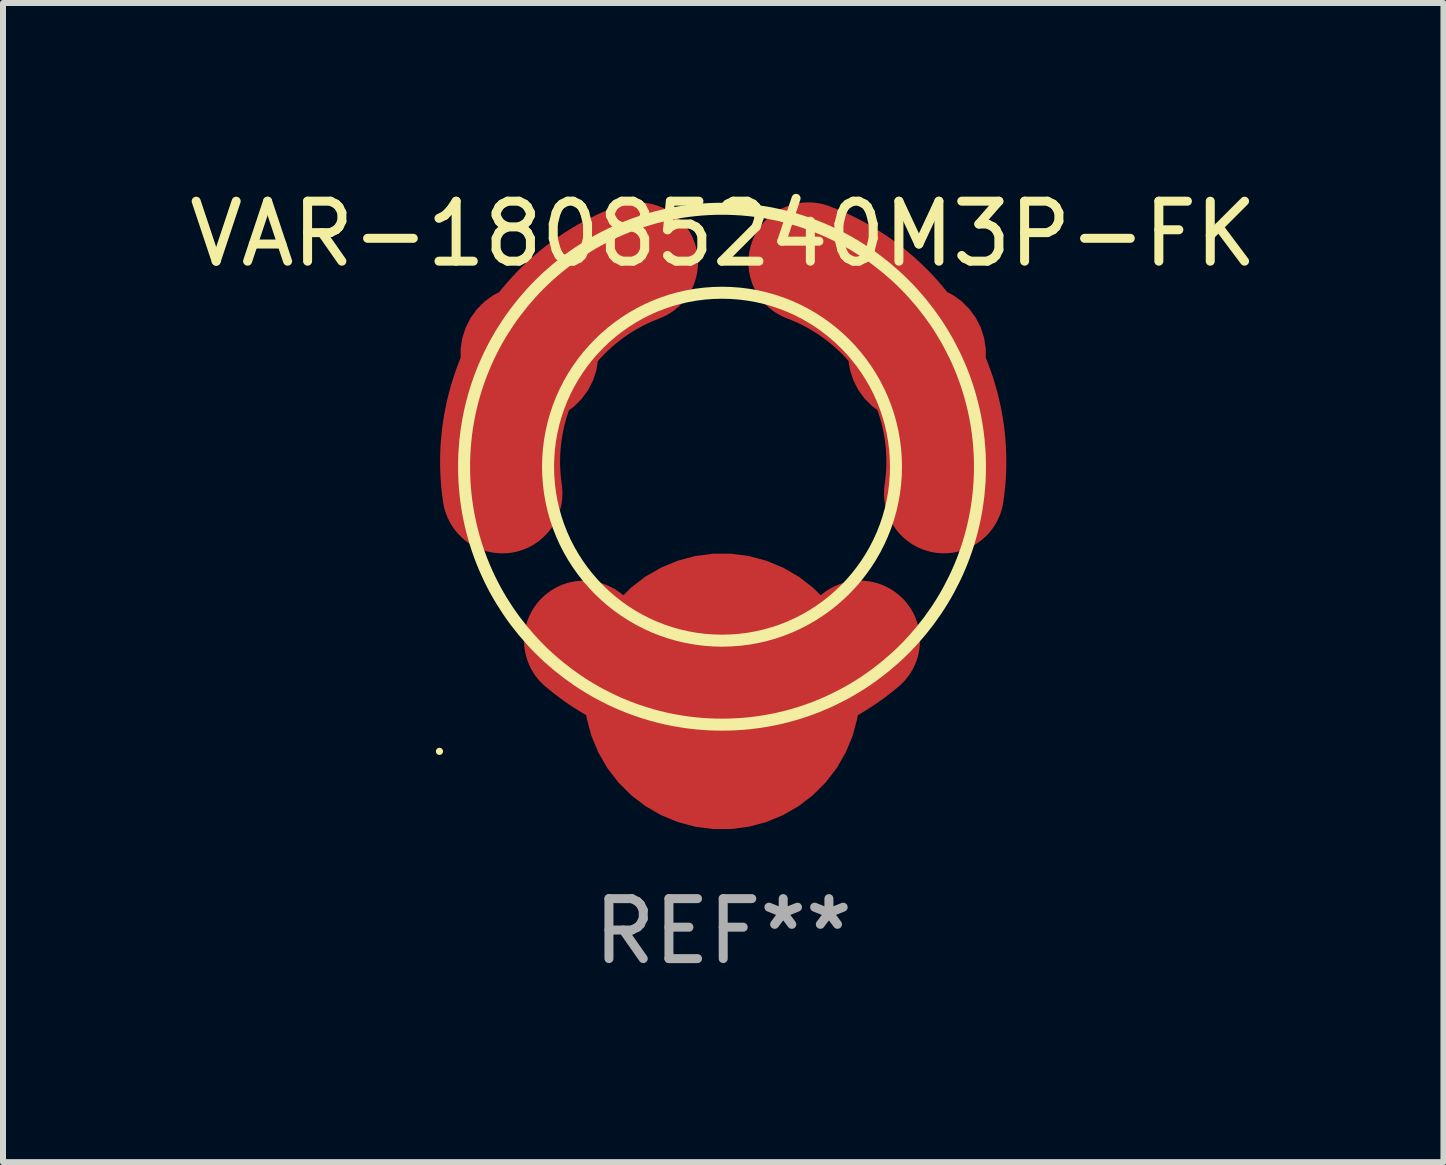
<source format=kicad_pcb>
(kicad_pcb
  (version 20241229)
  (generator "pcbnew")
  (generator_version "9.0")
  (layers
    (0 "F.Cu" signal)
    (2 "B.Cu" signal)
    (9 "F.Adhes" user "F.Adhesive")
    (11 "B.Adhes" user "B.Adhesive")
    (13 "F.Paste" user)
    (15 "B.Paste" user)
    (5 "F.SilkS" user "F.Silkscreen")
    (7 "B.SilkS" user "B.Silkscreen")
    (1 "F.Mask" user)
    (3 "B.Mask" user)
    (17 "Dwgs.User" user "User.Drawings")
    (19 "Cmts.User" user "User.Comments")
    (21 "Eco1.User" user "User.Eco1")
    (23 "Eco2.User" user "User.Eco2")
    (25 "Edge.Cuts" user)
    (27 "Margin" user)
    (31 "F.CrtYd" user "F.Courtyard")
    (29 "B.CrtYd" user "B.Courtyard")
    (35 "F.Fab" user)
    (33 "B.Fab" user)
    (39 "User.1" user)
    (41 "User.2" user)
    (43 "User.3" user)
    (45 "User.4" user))
  (footprint "VAR-18085240M3P-FK"
    (layer "F.Cu")
    (at 9.006 5.662)
    (property "Reference" "VAR-18085240M3P-FK" (at 0 -4.813 0) (layer "F.SilkS") (effects (font (size 1 1) (thickness 0.15))))
    (attr through_hole)
    (fp_arc (start -3.69045 -0.487376) (mid -3.169455 -2.769862) (end -1.430455 -4.337363) (stroke (width 2) (type solid)) (layer "F.Mask"))
    (fp_arc (start -2.330328 1.964719) (mid -0.030328 0.596998) (end 2.269672 1.964719) (stroke (width 2) (type solid)) (layer "F.Mask"))
    (fp_arc (start 3.680086 -0.477394) (mid 2.434656 -2.334627) (end 1.420091 -4.327381) (stroke (width 2) (type solid)) (layer "F.Mask"))
    (fp_circle (center -4.73 3.813) (end -4.7 3.813) (stroke (width 0.06) (type solid)) (fill no) (layer "F.SilkS"))
    (fp_circle (center -0.02 -0.932) (end 2.88 -0.932) (stroke (width 0.2) (type solid)) (fill no) (layer "F.SilkS"))
    (fp_circle (center -0.02 -0.932) (end 4.28 -0.932) (stroke (width 0.2) (type solid)) (fill no) (layer "F.SilkS"))
    (fp_arc (start -3.680418 -0.487452) (mid -3.159423 -2.769939) (end -1.420422 -4.33744) (stroke (width 1.8) (type solid)) (layer "F.Paste"))
    (fp_arc (start -2.320218 1.964516) (mid -0.020218 0.596795) (end 2.279782 1.964516) (stroke (width 1.8) (type solid)) (layer "F.Paste"))
    (fp_arc (start 3.680112 -0.487503) (mid 2.434682 -2.344736) (end 1.420117 -4.33749) (stroke (width 1.8) (type solid)) (layer "F.Paste"))
    (fp_text user "REF**" (at 0 6.813 0) (layer "F.Fab") (effects (font (size 1 1) (thickness 0.15))))
    (pad "1" smd custom (at -0.02 2.813) (size 4.6 0.846) (layers "F.Cu" "F.Mask" "F.Paste") (options (anchor circle)) (primitives (gr_poly (pts (xy 1.652 -1.608) (xy 1.596 -1.561) (xy 1.538 -1.516) (xy 1.479 -1.472) (xy 1.418 -1.431) (xy 1.357 -1.391) (xy 1.294 -1.353) (xy 1.23 -1.316) (xy 1.165 -1.282) (xy 1.1 -1.249) (xy 1.033 -1.219) (xy 0.966 -1.19) (xy 0.897 -1.163) (xy 0.828 -1.138) (xy 0.759 -1.115) (xy 0.688 -1.095) (xy 0.617 -1.076) (xy 0.546 -1.059) (xy 0.474 -1.045) (xy 0.402 -1.032) (xy 0.329 -1.021) (xy 0.256 -1.013) (xy 0.183 -1.007) (xy 0.11 -1.002) (xy 0.037 -1) (xy -0.037 -1) (xy -0.11 -1.002) (xy -0.183 -1.007) (xy -0.256 -1.013) (xy -0.329 -1.021) (xy -0.402 -1.032) (xy -0.474 -1.045) (xy -0.546 -1.059) (xy -0.617 -1.076) (xy -0.688 -1.095) (xy -0.759 -1.115) (xy -0.828 -1.138) (xy -0.897 -1.163) (xy -0.966 -1.19) (xy -1.033 -1.219) (xy -1.1 -1.249) (xy -1.165 -1.282) (xy -1.23 -1.316) (xy -1.294 -1.353) (xy -1.357 -1.391) (xy -1.418 -1.431) (xy -1.479 -1.472) (xy -1.538 -1.516) (xy -1.596 -1.561) (xy -1.652 -1.608) (xy -1.687 -1.636) (xy -1.724 -1.663) (xy -1.762 -1.689) (xy -1.801 -1.712) (xy -1.841 -1.734) (xy -1.882 -1.754) (xy -1.923 -1.772) (xy -1.966 -1.788) (xy -2.009 -1.803) (xy -2.053 -1.815) (xy -2.097 -1.825) (xy -2.142 -1.833) (xy -2.187 -1.839) (xy -2.233 -1.844) (xy -2.278 -1.846) (xy -2.324 -1.846) (xy -2.369 -1.843) (xy -2.414 -1.839) (xy -2.46 -1.833) (xy -2.504 -1.825) (xy -2.549 -1.814) (xy -2.593 -1.802) (xy -2.636 -1.788) (xy -2.678 -1.772) (xy -2.72 -1.753) (xy -2.761 -1.733) (xy -2.801 -1.711) (xy -2.84 -1.688) (xy -2.877 -1.662) (xy -2.914 -1.635) (xy -2.949 -1.606) (xy -2.983 -1.576) (xy -3.016 -1.544) (xy -3.047 -1.511) (xy -3.076 -1.476) (xy -3.104 -1.44) (xy -3.13 -1.403) (xy -3.155 -1.365) (xy -3.178 -1.325) (xy -3.199 -1.285) (xy -3.218 -1.243) (xy -3.235 -1.201) (xy -3.25 -1.158) (xy -3.263 -1.115) (xy -3.274 -1.071) (xy -3.284 -1.026) (xy -3.291 -0.981) (xy -3.296 -0.936) (xy -3.299 -0.89) (xy -3.3 -0.845) (xy -3.299 -0.799) (xy -3.296 -0.754) (xy -3.291 -0.709) (xy -3.283 -0.664) (xy -3.274 -0.619) (xy -3.263 -0.575) (xy -3.249 -0.532) (xy -3.234 -0.489) (xy -3.217 -0.447) (xy -3.198 -0.405) (xy -3.177 -0.365) (xy -3.154 -0.326) (xy -3.129 -0.287) (xy -3.103 -0.25) (xy -3.075 -0.214) (xy -3.046 -0.179) (xy -3.014 -0.146) (xy -2.982 -0.114) (xy -2.948 -0.084) (xy -2.873 -0.022) (xy -2.797 0.039) (xy -2.72 0.098) (xy -2.641 0.155) (xy -2.562 0.21) (xy -2.481 0.264) (xy -2.399 0.316) (xy -2.316 0.367) (xy -2.231 0.415) (xy -2.146 0.462) (xy -2.06 0.507) (xy -1.973 0.55) (xy -1.885 0.591) (xy -1.796 0.63) (xy -1.706 0.668) (xy -1.616 0.703) (xy -1.525 0.737) (xy -1.433 0.768) (xy -1.34 0.798) (xy -1.247 0.826) (xy -1.153 0.851) (xy -1.059 0.875) (xy -0.964 0.897) (xy -0.869 0.916) (xy -0.774 0.934) (xy -0.678 0.949) (xy -0.581 0.963) (xy -0.485 0.974) (xy -0.388 0.983) (xy -0.291 0.991) (xy -0.194 0.996) (xy -0.097 0.999) (xy 0 1) (xy 0.097 0.999) (xy 0.194 0.996) (xy 0.291 0.991) (xy 0.388 0.983) (xy 0.485 0.974) (xy 0.581 0.963) (xy 0.678 0.949) (xy 0.774 0.934) (xy 0.869 0.916) (xy 0.964 0.897) (xy 1.059 0.875) (xy 1.153 0.851) (xy 1.247 0.826) (xy 1.34 0.798) (xy 1.433 0.768) (xy 1.525 0.737) (xy 1.616 0.703) (xy 1.706 0.668) (xy 1.796 0.63) (xy 1.885 0.591) (xy 1.973 0.55) (xy 2.06 0.507) (xy 2.146 0.462) (xy 2.231 0.415) (xy 2.316 0.367) (xy 2.399 0.316) (xy 2.481 0.264) (xy 2.562 0.21) (xy 2.641 0.155) (xy 2.72 0.098) (xy 2.797 0.039) (xy 2.873 -0.022) (xy 2.948 -0.084) (xy 2.982 -0.114) (xy 3.014 -0.146) (xy 3.046 -0.179) (xy 3.075 -0.214) (xy 3.103 -0.25) (xy 3.129 -0.287) (xy 3.154 -0.326) (xy 3.177 -0.365) (xy 3.198 -0.405) (xy 3.217 -0.447) (xy 3.234 -0.489) (xy 3.249 -0.532) (xy 3.263 -0.575) (xy 3.274 -0.619) (xy 3.283 -0.664) (xy 3.291 -0.709) (xy 3.296 -0.754) (xy 3.299 -0.799) (xy 3.3 -0.845) (xy 3.299 -0.89) (xy 3.296 -0.936) (xy 3.291 -0.981) (xy 3.284 -1.026) (xy 3.274 -1.071) (xy 3.263 -1.115) (xy 3.25 -1.158) (xy 3.235 -1.201) (xy 3.218 -1.243) (xy 3.199 -1.285) (xy 3.178 -1.325) (xy 3.155 -1.365) (xy 3.13 -1.403) (xy 3.104 -1.44) (xy 3.076 -1.476) (xy 3.047 -1.511) (xy 3.016 -1.544) (xy 2.983 -1.576) (xy 2.949 -1.606) (xy 2.914 -1.635) (xy 2.877 -1.662) (xy 2.84 -1.688) (xy 2.801 -1.711) (xy 2.761 -1.733) (xy 2.72 -1.753) (xy 2.678 -1.772) (xy 2.636 -1.788) (xy 2.593 -1.802) (xy 2.549 -1.814) (xy 2.504 -1.825) (xy 2.46 -1.833) (xy 2.414 -1.839) (xy 2.369 -1.843) (xy 2.324 -1.846) (xy 2.278 -1.846) (xy 2.233 -1.844) (xy 2.187 -1.839) (xy 2.142 -1.833) (xy 2.097 -1.825) (xy 2.053 -1.815) (xy 2.009 -1.803) (xy 1.966 -1.788) (xy 1.923 -1.772) (xy 1.882 -1.754) (xy 1.841 -1.734) (xy 1.801 -1.712) (xy 1.762 -1.689) (xy 1.724 -1.663) (xy 1.687 -1.636) (xy 1.652 -1.608)) (width 0) (fill yes))))
    (pad "2" smd custom (at 3.231 -2.813) (size 2.299 3.85) (layers "F.Cu" "F.Mask" "F.Paste") (options (anchor circle)) (primitives (gr_poly (pts (xy -2.163 -0.59) (xy -2.096 -0.563) (xy -2.03 -0.535) (xy -1.964 -0.505) (xy -1.899 -0.473) (xy -1.835 -0.439) (xy -1.773 -0.403) (xy -1.711 -0.366) (xy -1.65 -0.327) (xy -1.59 -0.286) (xy -1.532 -0.243) (xy -1.475 -0.199) (xy -1.419 -0.153) (xy -1.364 -0.106) (xy -1.311 -0.057) (xy -1.259 -0.007) (xy -1.209 0.045) (xy -1.16 0.098) (xy -1.113 0.153) (xy -1.067 0.209) (xy -1.023 0.266) (xy -0.98 0.324) (xy -0.939 0.384) (xy -0.9 0.444) (xy -0.863 0.506) (xy -0.827 0.569) (xy -0.793 0.633) (xy -0.761 0.697) (xy -0.731 0.763) (xy -0.702 0.83) (xy -0.676 0.897) (xy -0.651 0.965) (xy -0.629 1.033) (xy -0.608 1.103) (xy -0.589 1.172) (xy -0.573 1.243) (xy -0.558 1.313) (xy -0.545 1.384) (xy -0.535 1.456) (xy -0.526 1.528) (xy -0.519 1.6) (xy -0.515 1.672) (xy -0.512 1.744) (xy -0.512 1.816) (xy -0.513 1.888) (xy -0.517 1.961) (xy -0.523 2.033) (xy -0.53 2.104) (xy -0.54 2.176) (xy -0.546 2.221) (xy -0.549 2.267) (xy -0.551 2.312) (xy -0.551 2.358) (xy -0.548 2.403) (xy -0.543 2.448) (xy -0.537 2.493) (xy -0.528 2.538) (xy -0.517 2.582) (xy -0.505 2.626) (xy -0.49 2.669) (xy -0.473 2.711) (xy -0.455 2.753) (xy -0.434 2.794) (xy -0.412 2.833) (xy -0.388 2.872) (xy -0.362 2.91) (xy -0.335 2.946) (xy -0.306 2.981) (xy -0.275 3.015) (xy -0.243 3.047) (xy -0.209 3.078) (xy -0.174 3.107) (xy -0.138 3.134) (xy -0.101 3.16) (xy -0.062 3.184) (xy -0.022 3.207) (xy 0.018 3.227) (xy 0.06 3.246) (xy 0.102 3.263) (xy 0.145 3.277) (xy 0.189 3.29) (xy 0.233 3.301) (xy 0.278 3.31) (xy 0.323 3.317) (xy 0.368 3.321) (xy 0.414 3.324) (xy 0.459 3.325) (xy 0.505 3.323) (xy 0.55 3.319) (xy 0.595 3.314) (xy 0.64 3.306) (xy 0.684 3.296) (xy 0.728 3.285) (xy 0.772 3.271) (xy 0.815 3.255) (xy 0.857 3.238) (xy 0.898 3.218) (xy 0.938 3.197) (xy 0.977 3.174) (xy 1.015 3.149) (xy 1.052 3.122) (xy 1.088 3.094) (xy 1.122 3.064) (xy 1.155 3.033) (xy 1.187 3) (xy 1.217 2.965) (xy 1.245 2.93) (xy 1.272 2.893) (xy 1.297 2.855) (xy 1.32 2.816) (xy 1.341 2.776) (xy 1.361 2.734) (xy 1.379 2.693) (xy 1.394 2.65) (xy 1.408 2.606) (xy 1.42 2.563) (xy 1.43 2.518) (xy 1.438 2.473) (xy 1.451 2.377) (xy 1.462 2.281) (xy 1.472 2.185) (xy 1.479 2.089) (xy 1.484 1.992) (xy 1.487 1.896) (xy 1.488 1.799) (xy 1.487 1.702) (xy 1.484 1.606) (xy 1.479 1.509) (xy 1.472 1.413) (xy 1.463 1.316) (xy 1.452 1.22) (xy 1.438 1.125) (xy 1.423 1.029) (xy 1.406 0.934) (xy 1.386 0.839) (xy 1.365 0.745) (xy 1.342 0.651) (xy 1.316 0.558) (xy 1.289 0.465) (xy 1.26 0.373) (xy 1.228 0.282) (xy 1.195 0.191) (xy 1.16 0.101) (xy 1.123 0.011) (xy 1.084 -0.077) (xy 1.044 -0.165) (xy 1.001 -0.252) (xy 0.956 -0.338) (xy 0.91 -0.422) (xy 0.862 -0.506) (xy 0.812 -0.589) (xy 0.761 -0.671) (xy 0.707 -0.752) (xy 0.652 -0.831) (xy 0.596 -0.909) (xy 0.537 -0.987) (xy 0.477 -1.062) (xy 0.416 -1.137) (xy 0.353 -1.21) (xy 0.288 -1.282) (xy 0.222 -1.353) (xy 0.154 -1.422) (xy 0.085 -1.489) (xy 0.015 -1.555) (xy -0.057 -1.62) (xy -0.131 -1.683) (xy -0.205 -1.745) (xy -0.281 -1.804) (xy -0.358 -1.863) (xy -0.437 -1.919) (xy -0.516 -1.974) (xy -0.597 -2.027) (xy -0.679 -2.079) (xy -0.762 -2.129) (xy -0.845 -2.177) (xy -0.93 -2.223) (xy -1.016 -2.267) (xy -1.103 -2.31) (xy -1.191 -2.351) (xy -1.279 -2.389) (xy -1.369 -2.426) (xy -1.459 -2.461) (xy -1.502 -2.476) (xy -1.545 -2.489) (xy -1.59 -2.501) (xy -1.634 -2.51) (xy -1.679 -2.517) (xy -1.724 -2.522) (xy -1.77 -2.525) (xy -1.815 -2.525) (xy -1.861 -2.524) (xy -1.906 -2.521) (xy -1.951 -2.515) (xy -1.996 -2.508) (xy -2.041 -2.499) (xy -2.085 -2.487) (xy -2.128 -2.474) (xy -2.171 -2.458) (xy -2.213 -2.441) (xy -2.255 -2.422) (xy -2.295 -2.401) (xy -2.334 -2.378) (xy -2.373 -2.353) (xy -2.41 -2.326) (xy -2.445 -2.298) (xy -2.48 -2.269) (xy -2.513 -2.238) (xy -2.545 -2.205) (xy -2.575 -2.171) (xy -2.604 -2.135) (xy -2.631 -2.099) (xy -2.656 -2.061) (xy -2.679 -2.022) (xy -2.701 -1.982) (xy -2.721 -1.941) (xy -2.739 -1.899) (xy -2.755 -1.856) (xy -2.769 -1.813) (xy -2.781 -1.769) (xy -2.791 -1.725) (xy -2.799 -1.68) (xy -2.805 -1.635) (xy -2.809 -1.589) (xy -2.811 -1.544) (xy -2.811 -1.498) (xy -2.808 -1.453) (xy -2.804 -1.408) (xy -2.798 -1.363) (xy -2.789 -1.318) (xy -2.779 -1.273) (xy -2.766 -1.23) (xy -2.752 -1.187) (xy -2.736 -1.144) (xy -2.717 -1.102) (xy -2.697 -1.062) (xy -2.675 -1.022) (xy -2.651 -0.983) (xy -2.626 -0.945) (xy -2.598 -0.909) (xy -2.57 -0.874) (xy -2.539 -0.84) (xy -2.507 -0.807) (xy -2.474 -0.776) (xy -2.439 -0.747) (xy -2.403 -0.719) (xy -2.366 -0.693) (xy -2.327 -0.669) (xy -2.288 -0.646) (xy -2.247 -0.625) (xy -2.206 -0.607) (xy -2.163 -0.59)) (width 0) (fill yes))))
    (pad "3" smd custom (at -3.231 -2.812) (size 2.299 3.85) (layers "F.Cu" "F.Mask" "F.Paste") (options (anchor circle)) (primitives (gr_poly (pts (xy 2.163 -0.59) (xy 2.096 -0.563) (xy 2.029 -0.535) (xy 1.964 -0.505) (xy 1.899 -0.473) (xy 1.835 -0.439) (xy 1.772 -0.403) (xy 1.71 -0.366) (xy 1.65 -0.327) (xy 1.59 -0.286) (xy 1.532 -0.243) (xy 1.475 -0.199) (xy 1.419 -0.153) (xy 1.364 -0.106) (xy 1.311 -0.057) (xy 1.259 -0.007) (xy 1.209 0.045) (xy 1.16 0.098) (xy 1.112 0.153) (xy 1.067 0.208) (xy 1.022 0.266) (xy 0.98 0.324) (xy 0.939 0.384) (xy 0.9 0.444) (xy 0.862 0.506) (xy 0.827 0.569) (xy 0.793 0.633) (xy 0.761 0.697) (xy 0.73 0.763) (xy 0.702 0.829) (xy 0.676 0.897) (xy 0.651 0.965) (xy 0.628 1.033) (xy 0.608 1.102) (xy 0.589 1.172) (xy 0.572 1.243) (xy 0.558 1.313) (xy 0.545 1.384) (xy 0.534 1.456) (xy 0.526 1.528) (xy 0.519 1.6) (xy 0.514 1.672) (xy 0.512 1.744) (xy 0.511 1.816) (xy 0.513 1.888) (xy 0.517 1.96) (xy 0.522 2.032) (xy 0.53 2.104) (xy 0.54 2.176) (xy 0.545 2.221) (xy 0.549 2.266) (xy 0.551 2.312) (xy 0.55 2.357) (xy 0.548 2.403) (xy 0.543 2.448) (xy 0.536 2.493) (xy 0.528 2.538) (xy 0.517 2.582) (xy 0.504 2.626) (xy 0.49 2.669) (xy 0.473 2.711) (xy 0.454 2.753) (xy 0.434 2.794) (xy 0.412 2.833) (xy 0.388 2.872) (xy 0.362 2.909) (xy 0.334 2.946) (xy 0.305 2.981) (xy 0.275 3.014) (xy 0.242 3.047) (xy 0.209 3.077) (xy 0.174 3.107) (xy 0.138 3.134) (xy 0.1 3.16) (xy 0.062 3.184) (xy 0.022 3.207) (xy -0.019 3.227) (xy -0.06 3.246) (xy -0.103 3.262) (xy -0.146 3.277) (xy -0.189 3.29) (xy -0.233 3.301) (xy -0.278 3.31) (xy -0.323 3.317) (xy -0.368 3.321) (xy -0.414 3.324) (xy -0.459 3.324) (xy -0.505 3.323) (xy -0.55 3.319) (xy -0.595 3.314) (xy -0.64 3.306) (xy -0.685 3.296) (xy -0.729 3.285) (xy -0.772 3.271) (xy -0.815 3.255) (xy -0.857 3.238) (xy -0.898 3.218) (xy -0.938 3.197) (xy -0.977 3.174) (xy -1.016 3.149) (xy -1.053 3.122) (xy -1.088 3.094) (xy -1.123 3.064) (xy -1.155 3.032) (xy -1.187 3) (xy -1.217 2.965) (xy -1.245 2.93) (xy -1.272 2.893) (xy -1.297 2.855) (xy -1.32 2.816) (xy -1.342 2.775) (xy -1.361 2.734) (xy -1.379 2.692) (xy -1.395 2.65) (xy -1.409 2.606) (xy -1.421 2.562) (xy -1.43 2.518) (xy -1.438 2.473) (xy -1.451 2.377) (xy -1.463 2.281) (xy -1.472 2.185) (xy -1.479 2.089) (xy -1.484 1.992) (xy -1.488 1.896) (xy -1.489 1.799) (xy -1.488 1.702) (xy -1.485 1.606) (xy -1.48 1.509) (xy -1.472 1.413) (xy -1.463 1.316) (xy -1.452 1.22) (xy -1.439 1.125) (xy -1.423 1.029) (xy -1.406 0.934) (xy -1.387 0.839) (xy -1.365 0.745) (xy -1.342 0.651) (xy -1.317 0.558) (xy -1.289 0.465) (xy -1.26 0.373) (xy -1.229 0.281) (xy -1.196 0.191) (xy -1.161 0.1) (xy -1.124 0.011) (xy -1.085 -0.077) (xy -1.044 -0.165) (xy -1.001 -0.252) (xy -0.957 -0.338) (xy -0.911 -0.423) (xy -0.863 -0.506) (xy -0.813 -0.589) (xy -0.761 -0.671) (xy -0.708 -0.752) (xy -0.653 -0.831) (xy -0.596 -0.91) (xy -0.538 -0.987) (xy -0.478 -1.063) (xy -0.416 -1.137) (xy -0.353 -1.21) (xy -0.288 -1.282) (xy -0.222 -1.353) (xy -0.155 -1.422) (xy -0.086 -1.489) (xy -0.015 -1.555) (xy 0.057 -1.62) (xy 0.13 -1.683) (xy 0.205 -1.745) (xy 0.281 -1.805) (xy 0.358 -1.863) (xy 0.436 -1.919) (xy 0.516 -1.974) (xy 0.596 -2.028) (xy 0.678 -2.079) (xy 0.761 -2.129) (xy 0.845 -2.177) (xy 0.93 -2.223) (xy 1.016 -2.267) (xy 1.103 -2.31) (xy 1.19 -2.351) (xy 1.279 -2.389) (xy 1.368 -2.426) (xy 1.458 -2.461) (xy 1.501 -2.476) (xy 1.545 -2.49) (xy 1.589 -2.501) (xy 1.634 -2.51) (xy 1.679 -2.517) (xy 1.724 -2.522) (xy 1.769 -2.525) (xy 1.815 -2.526) (xy 1.861 -2.524) (xy 1.906 -2.521) (xy 1.951 -2.516) (xy 1.996 -2.508) (xy 2.041 -2.499) (xy 2.085 -2.487) (xy 2.128 -2.474) (xy 2.171 -2.458) (xy 2.213 -2.441) (xy 2.254 -2.422) (xy 2.295 -2.401) (xy 2.334 -2.378) (xy 2.372 -2.353) (xy 2.409 -2.327) (xy 2.445 -2.299) (xy 2.48 -2.269) (xy 2.513 -2.238) (xy 2.545 -2.205) (xy 2.575 -2.171) (xy 2.603 -2.135) (xy 2.63 -2.099) (xy 2.655 -2.061) (xy 2.679 -2.022) (xy 2.701 -1.982) (xy 2.72 -1.941) (xy 2.738 -1.899) (xy 2.754 -1.856) (xy 2.769 -1.813) (xy 2.781 -1.769) (xy 2.791 -1.725) (xy 2.799 -1.68) (xy 2.805 -1.635) (xy 2.809 -1.59) (xy 2.811 -1.544) (xy 2.81 -1.499) (xy 2.808 -1.453) (xy 2.804 -1.408) (xy 2.797 -1.363) (xy 2.789 -1.318) (xy 2.779 -1.274) (xy 2.766 -1.23) (xy 2.752 -1.187) (xy 2.735 -1.144) (xy 2.717 -1.102) (xy 2.697 -1.062) (xy 2.675 -1.022) (xy 2.651 -0.983) (xy 2.625 -0.945) (xy 2.598 -0.909) (xy 2.569 -0.874) (xy 2.539 -0.84) (xy 2.507 -0.807) (xy 2.473 -0.777) (xy 2.439 -0.747) (xy 2.402 -0.719) (xy 2.365 -0.693) (xy 2.327 -0.669) (xy 2.287 -0.646) (xy 2.247 -0.626) (xy 2.205 -0.607) (xy 2.163 -0.59)) (width 0) (fill yes)))))
  (gr_rect
    (start -3 -3)
    (end 21.012 16.323)
    (stroke (width 0.1) (type default))
    (fill no)
    (layer "Edge.Cuts")))
</source>
